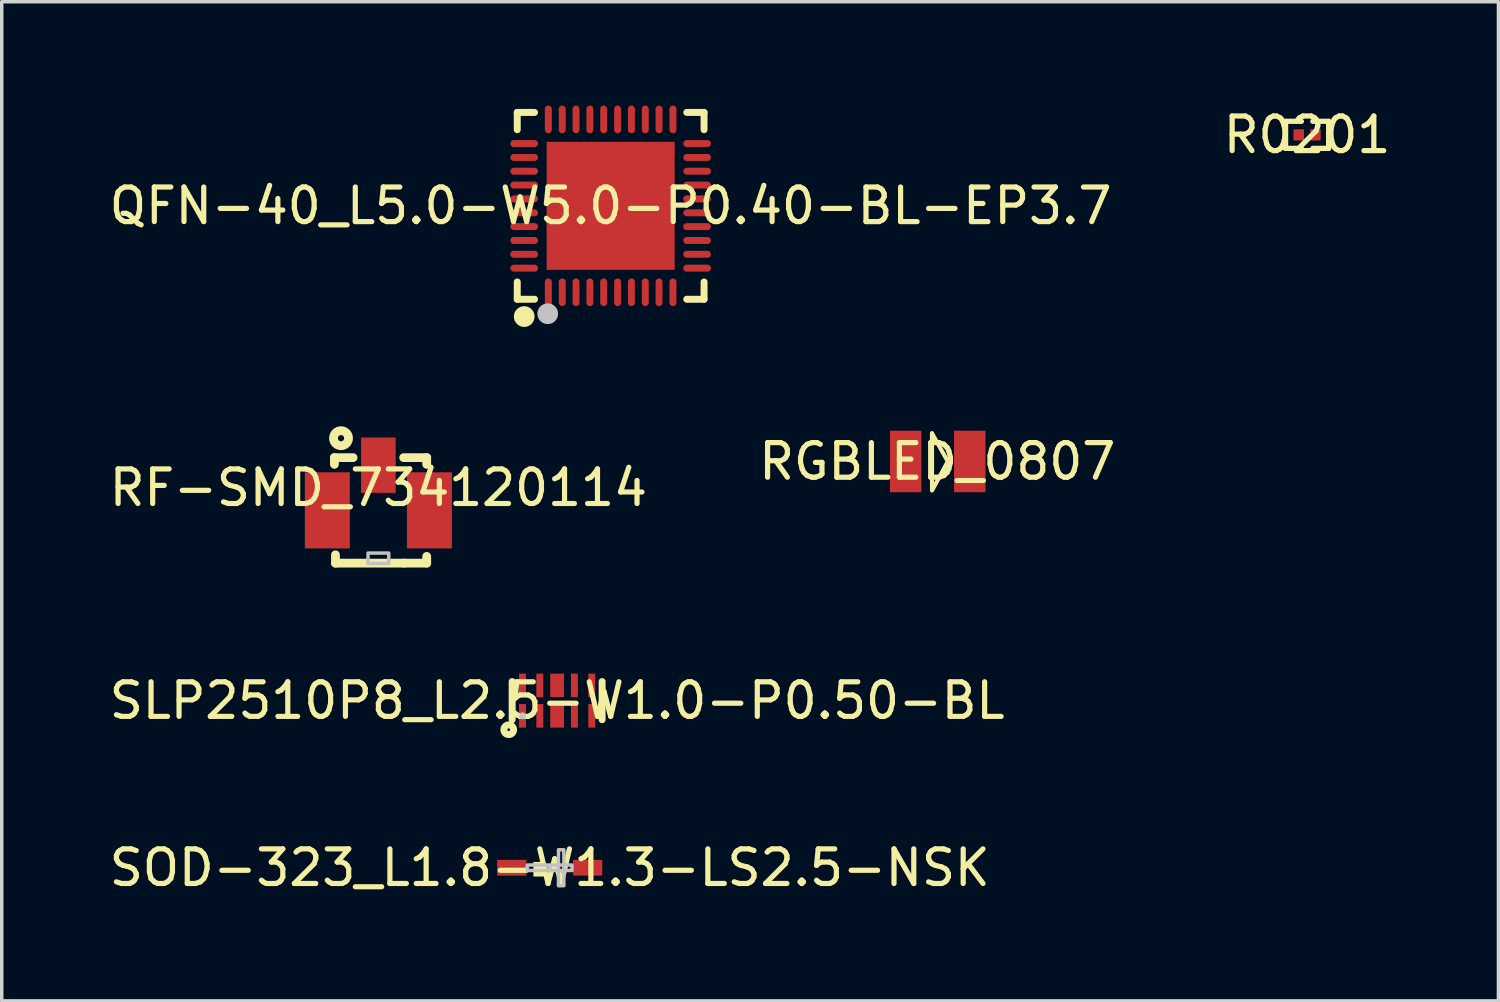
<source format=kicad_pcb>
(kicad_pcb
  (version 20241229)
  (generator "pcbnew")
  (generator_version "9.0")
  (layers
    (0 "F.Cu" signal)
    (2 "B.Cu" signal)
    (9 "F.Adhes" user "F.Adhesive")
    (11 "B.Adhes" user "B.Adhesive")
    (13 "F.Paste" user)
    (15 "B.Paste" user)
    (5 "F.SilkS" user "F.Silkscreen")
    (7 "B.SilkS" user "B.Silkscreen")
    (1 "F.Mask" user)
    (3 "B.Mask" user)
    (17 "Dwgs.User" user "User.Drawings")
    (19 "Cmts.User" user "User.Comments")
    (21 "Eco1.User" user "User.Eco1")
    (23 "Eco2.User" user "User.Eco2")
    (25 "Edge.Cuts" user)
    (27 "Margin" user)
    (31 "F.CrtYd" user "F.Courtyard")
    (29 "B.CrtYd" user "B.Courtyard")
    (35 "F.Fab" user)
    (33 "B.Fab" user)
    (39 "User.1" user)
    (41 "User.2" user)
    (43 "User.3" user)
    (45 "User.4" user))
  (footprint "SLP2510P8_L2.5-W1.0-P0.50-BL"
    (layer "F.Cu")
    (at 13.054 17.202)
    (property "Reference" "SLP2510P8_L2.5-W1.0-P0.50-BL" (at 0 0 0) (layer "F.SilkS") (effects (font (size 1 1) (thickness 0.15))))
    (fp_line (start -1.3 -0.551) (end -1.3 0.551) (stroke (width 0.201) (type default)) (layer "F.SilkS"))
    (fp_line (start 1.3 -0.551) (end 1.3 0.551) (stroke (width 0.201) (type default)) (layer "F.SilkS"))
    (fp_circle (center -1.399 0.841) (end -1.359 0.841) (stroke (width 0.201) (type default)) (fill no) (layer "F.SilkS"))
    (fp_circle (center -1.001 0.44) (end -0.95 0.44) (stroke (width 0.099) (type default)) (fill no) (layer "Dwgs.User"))
    (fp_poly (pts (xy -1.1 0.119) (xy -0.899 0.119) (xy -0.899 0.5) (xy -1.1 0.5)) (stroke (width 0.1) (type default)) (fill no) (layer "User.1"))
    (fp_poly (pts (xy -0.899 -0.119) (xy -1.1 -0.119) (xy -1.1 -0.5) (xy -0.899 -0.5)) (stroke (width 0.1) (type default)) (fill no) (layer "User.1"))
    (fp_poly (pts (xy -0.6 0.119) (xy -0.402 0.119) (xy -0.402 0.5) (xy -0.6 0.5)) (stroke (width 0.1) (type default)) (fill no) (layer "User.1"))
    (fp_poly (pts (xy -0.402 -0.119) (xy -0.6 -0.119) (xy -0.6 -0.5) (xy -0.402 -0.5)) (stroke (width 0.1) (type default)) (fill no) (layer "User.1"))
    (fp_poly (pts (xy -0.191 0.119) (xy 0.191 0.119) (xy 0.191 0.52) (xy -0.191 0.52)) (stroke (width 0.1) (type default)) (fill no) (layer "User.1"))
    (fp_poly (pts (xy 0.191 -0.119) (xy -0.191 -0.119) (xy -0.191 -0.52) (xy 0.191 -0.52)) (stroke (width 0.1) (type default)) (fill no) (layer "User.1"))
    (fp_poly (pts (xy 0.402 0.119) (xy 0.6 0.119) (xy 0.6 0.5) (xy 0.402 0.5)) (stroke (width 0.1) (type default)) (fill no) (layer "User.1"))
    (fp_poly (pts (xy 0.6 -0.119) (xy 0.402 -0.119) (xy 0.402 -0.5) (xy 0.6 -0.5)) (stroke (width 0.1) (type default)) (fill no) (layer "User.1"))
    (fp_poly (pts (xy 0.899 0.119) (xy 1.1 0.119) (xy 1.1 0.5) (xy 0.899 0.5)) (stroke (width 0.1) (type default)) (fill no) (layer "User.1"))
    (fp_poly (pts (xy 1.1 -0.119) (xy 0.899 -0.119) (xy 0.899 -0.5) (xy 1.1 -0.5)) (stroke (width 0.1) (type default)) (fill no) (layer "User.1"))
    (fp_line (start -1.25 -0.5) (end 1.25 -0.5) (stroke (width 0.051) (type default)) (layer "User.2"))
    (fp_line (start -1.25 0.5) (end -1.25 -0.5) (stroke (width 0.051) (type default)) (layer "User.2"))
    (fp_line (start 1.25 -0.5) (end 1.25 0.5) (stroke (width 0.051) (type default)) (layer "User.2"))
    (fp_line (start 1.25 0.5) (end -1.25 0.5) (stroke (width 0.051) (type default)) (layer "User.2"))
    (fp_poly (pts (xy -1.188 0.5) (xy -1.206 0.457) (xy -1.25 0.44) (xy -1.293 0.457) (xy -1.31 0.5) (xy -1.293 0.544) (xy -1.25 0.561) (xy -1.206 0.544)) (stroke (width 0.1) (type default)) (fill no) (layer "User.3"))
    (pad "1" smd rect (at -1.001 0.44) (size 0.201 0.68) (layers "F.Cu" "F.Mask" "F.Paste"))
    (pad "2" smd rect (at -0.5 0.44) (size 0.201 0.68) (layers "F.Cu" "F.Mask" "F.Paste"))
    (pad "3" smd rect (at 0 0.44) (size 0.399 0.68) (layers "F.Cu" "F.Mask" "F.Paste"))
    (pad "4" smd rect (at 0.5 0.44) (size 0.201 0.68) (layers "F.Cu" "F.Mask" "F.Paste"))
    (pad "5" smd rect (at 1.001 0.44) (size 0.201 0.68) (layers "F.Cu" "F.Mask" "F.Paste"))
    (pad "6" smd rect (at 1.001 -0.44) (size 0.201 0.68) (layers "F.Cu" "F.Mask" "F.Paste"))
    (pad "7" smd rect (at 0.5 -0.44) (size 0.201 0.68) (layers "F.Cu" "F.Mask" "F.Paste"))
    (pad "8" smd rect (at 0 -0.44) (size 0.399 0.68) (layers "F.Cu" "F.Mask" "F.Paste"))
    (pad "9" smd rect (at -0.5 -0.44) (size 0.201 0.68) (layers "F.Cu" "F.Mask" "F.Paste"))
    (pad "10" smd rect (at -1.001 -0.44) (size 0.201 0.68) (layers "F.Cu" "F.Mask" "F.Paste")))
  (footprint "QFN-40_L5.0-W5.0-P0.40-BL-EP3.7"
    (layer "F.Cu")
    (at 14.601 2.9)
    (property "Reference" "QFN-40_L5.0-W5.0-P0.40-BL-EP3.7" (at 0 0 0) (layer "F.SilkS") (effects (font (size 1 1) (thickness 0.15))))
    (fp_line (start -2.7 -2.7) (end -2.7 -2.2) (stroke (width 0.201) (type default)) (layer "F.SilkS"))
    (fp_line (start -2.7 2.7) (end -2.7 2.2) (stroke (width 0.201) (type default)) (layer "F.SilkS"))
    (fp_line (start -2.2 -2.7) (end -2.7 -2.7) (stroke (width 0.201) (type default)) (layer "F.SilkS"))
    (fp_line (start -2.2 2.7) (end -2.7 2.7) (stroke (width 0.201) (type default)) (layer "F.SilkS"))
    (fp_line (start 2.7 -2.7) (end 2.2 -2.7) (stroke (width 0.201) (type default)) (layer "F.SilkS"))
    (fp_line (start 2.7 -2.2) (end 2.7 -2.7) (stroke (width 0.201) (type default)) (layer "F.SilkS"))
    (fp_line (start 2.7 2.2) (end 2.7 2.7) (stroke (width 0.201) (type default)) (layer "F.SilkS"))
    (fp_line (start 2.7 2.7) (end 2.2 2.7) (stroke (width 0.201) (type default)) (layer "F.SilkS"))
    (fp_arc (start -2.497 3.0505) (mid -2.49775 3.350503) (end -2.4995 3.0505) (stroke (width 0.2995) (type default)) (layer "F.SilkS"))
    (fp_circle (center -1.819 3.119) (end -1.669 3.119) (stroke (width 0.299) (type default)) (fill no) (layer "Dwgs.User"))
    (fp_poly (pts (xy -2.499 -1.7) (xy -2.499 -1.9) (xy -2.1 -1.9) (xy -2.1 -1.7)) (stroke (width 0.1) (type default)) (fill no) (layer "User.1"))
    (fp_poly (pts (xy -2.499 -1.3) (xy -2.499 -1.501) (xy -2.1 -1.501) (xy -2.1 -1.3)) (stroke (width 0.1) (type default)) (fill no) (layer "User.1"))
    (fp_poly (pts (xy -2.499 -0.899) (xy -2.499 -1.1) (xy -2.1 -1.1) (xy -2.1 -0.899)) (stroke (width 0.1) (type default)) (fill no) (layer "User.1"))
    (fp_poly (pts (xy -2.499 -0.5) (xy -2.499 -0.701) (xy -2.1 -0.701) (xy -2.1 -0.5)) (stroke (width 0.1) (type default)) (fill no) (layer "User.1"))
    (fp_poly (pts (xy -2.499 -0.099) (xy -2.499 -0.299) (xy -2.1 -0.299) (xy -2.1 -0.099)) (stroke (width 0.1) (type default)) (fill no) (layer "User.1"))
    (fp_poly (pts (xy -2.499 0.299) (xy -2.499 0.099) (xy -2.1 0.099) (xy -2.1 0.299)) (stroke (width 0.1) (type default)) (fill no) (layer "User.1"))
    (fp_poly (pts (xy -2.499 0.701) (xy -2.499 0.5) (xy -2.1 0.5) (xy -2.1 0.701)) (stroke (width 0.1) (type default)) (fill no) (layer "User.1"))
    (fp_poly (pts (xy -2.499 1.1) (xy -2.499 0.899) (xy -2.1 0.899) (xy -2.1 1.1)) (stroke (width 0.1) (type default)) (fill no) (layer "User.1"))
    (fp_poly (pts (xy -2.499 1.501) (xy -2.499 1.3) (xy -2.1 1.3) (xy -2.1 1.501)) (stroke (width 0.1) (type default)) (fill no) (layer "User.1"))
    (fp_poly (pts (xy -2.499 1.9) (xy -2.499 1.7) (xy -2.1 1.7) (xy -2.1 1.9)) (stroke (width 0.1) (type default)) (fill no) (layer "User.1"))
    (fp_poly (pts (xy -1.9 -2.1) (xy -1.9 -2.499) (xy -1.7 -2.499) (xy -1.7 -2.1)) (stroke (width 0.1) (type default)) (fill no) (layer "User.1"))
    (fp_poly (pts (xy -1.9 2.499) (xy -1.9 2.1) (xy -1.7 2.1) (xy -1.7 2.499)) (stroke (width 0.1) (type default)) (fill no) (layer "User.1"))
    (fp_poly (pts (xy -1.849 -1.849) (xy 1.849 -1.849) (xy 1.849 1.849) (xy -1.849 1.849)) (stroke (width 0.1) (type default)) (fill no) (layer "User.1"))
    (fp_poly (pts (xy -1.501 -2.1) (xy -1.501 -2.499) (xy -1.3 -2.499) (xy -1.3 -2.1)) (stroke (width 0.1) (type default)) (fill no) (layer "User.1"))
    (fp_poly (pts (xy -1.501 2.499) (xy -1.501 2.1) (xy -1.3 2.1) (xy -1.3 2.499)) (stroke (width 0.1) (type default)) (fill no) (layer "User.1"))
    (fp_poly (pts (xy -1.1 -2.1) (xy -1.1 -2.499) (xy -0.899 -2.499) (xy -0.899 -2.1)) (stroke (width 0.1) (type default)) (fill no) (layer "User.1"))
    (fp_poly (pts (xy -1.1 2.499) (xy -1.1 2.1) (xy -0.899 2.1) (xy -0.899 2.499)) (stroke (width 0.1) (type default)) (fill no) (layer "User.1"))
    (fp_poly (pts (xy -0.701 -2.1) (xy -0.701 -2.499) (xy -0.5 -2.499) (xy -0.5 -2.1)) (stroke (width 0.1) (type default)) (fill no) (layer "User.1"))
    (fp_poly (pts (xy -0.701 2.499) (xy -0.701 2.1) (xy -0.5 2.1) (xy -0.5 2.499)) (stroke (width 0.1) (type default)) (fill no) (layer "User.1"))
    (fp_poly (pts (xy -0.299 -2.1) (xy -0.299 -2.499) (xy -0.099 -2.499) (xy -0.099 -2.1)) (stroke (width 0.1) (type default)) (fill no) (layer "User.1"))
    (fp_poly (pts (xy -0.299 2.499) (xy -0.299 2.1) (xy -0.099 2.1) (xy -0.099 2.499)) (stroke (width 0.1) (type default)) (fill no) (layer "User.1"))
    (fp_poly (pts (xy 0.099 -2.1) (xy 0.099 -2.499) (xy 0.299 -2.499) (xy 0.299 -2.1)) (stroke (width 0.1) (type default)) (fill no) (layer "User.1"))
    (fp_poly (pts (xy 0.099 2.499) (xy 0.099 2.1) (xy 0.299 2.1) (xy 0.299 2.499)) (stroke (width 0.1) (type default)) (fill no) (layer "User.1"))
    (fp_poly (pts (xy 0.5 -2.1) (xy 0.5 -2.499) (xy 0.701 -2.499) (xy 0.701 -2.1)) (stroke (width 0.1) (type default)) (fill no) (layer "User.1"))
    (fp_poly (pts (xy 0.5 2.499) (xy 0.5 2.1) (xy 0.701 2.1) (xy 0.701 2.499)) (stroke (width 0.1) (type default)) (fill no) (layer "User.1"))
    (fp_poly (pts (xy 0.899 -2.1) (xy 0.899 -2.499) (xy 1.1 -2.499) (xy 1.1 -2.1)) (stroke (width 0.1) (type default)) (fill no) (layer "User.1"))
    (fp_poly (pts (xy 0.899 2.499) (xy 0.899 2.1) (xy 1.1 2.1) (xy 1.1 2.499)) (stroke (width 0.1) (type default)) (fill no) (layer "User.1"))
    (fp_poly (pts (xy 1.3 -2.1) (xy 1.3 -2.499) (xy 1.501 -2.499) (xy 1.501 -2.1)) (stroke (width 0.1) (type default)) (fill no) (layer "User.1"))
    (fp_poly (pts (xy 1.3 2.499) (xy 1.3 2.1) (xy 1.501 2.1) (xy 1.501 2.499)) (stroke (width 0.1) (type default)) (fill no) (layer "User.1"))
    (fp_poly (pts (xy 1.7 -2.1) (xy 1.7 -2.499) (xy 1.9 -2.499) (xy 1.9 -2.1)) (stroke (width 0.1) (type default)) (fill no) (layer "User.1"))
    (fp_poly (pts (xy 1.7 2.499) (xy 1.7 2.1) (xy 1.9 2.1) (xy 1.9 2.499)) (stroke (width 0.1) (type default)) (fill no) (layer "User.1"))
    (fp_poly (pts (xy 2.1 -1.7) (xy 2.1 -1.9) (xy 2.499 -1.9) (xy 2.499 -1.7)) (stroke (width 0.1) (type default)) (fill no) (layer "User.1"))
    (fp_poly (pts (xy 2.1 -1.3) (xy 2.1 -1.501) (xy 2.499 -1.501) (xy 2.499 -1.3)) (stroke (width 0.1) (type default)) (fill no) (layer "User.1"))
    (fp_poly (pts (xy 2.1 -0.899) (xy 2.1 -1.1) (xy 2.499 -1.1) (xy 2.499 -0.899)) (stroke (width 0.1) (type default)) (fill no) (layer "User.1"))
    (fp_poly (pts (xy 2.1 -0.5) (xy 2.1 -0.701) (xy 2.499 -0.701) (xy 2.499 -0.5)) (stroke (width 0.1) (type default)) (fill no) (layer "User.1"))
    (fp_poly (pts (xy 2.1 -0.099) (xy 2.1 -0.299) (xy 2.499 -0.299) (xy 2.499 -0.099)) (stroke (width 0.1) (type default)) (fill no) (layer "User.1"))
    (fp_poly (pts (xy 2.1 0.299) (xy 2.1 0.099) (xy 2.499 0.099) (xy 2.499 0.299)) (stroke (width 0.1) (type default)) (fill no) (layer "User.1"))
    (fp_poly (pts (xy 2.1 0.701) (xy 2.1 0.5) (xy 2.499 0.5) (xy 2.499 0.701)) (stroke (width 0.1) (type default)) (fill no) (layer "User.1"))
    (fp_poly (pts (xy 2.1 1.1) (xy 2.1 0.899) (xy 2.499 0.899) (xy 2.499 1.1)) (stroke (width 0.1) (type default)) (fill no) (layer "User.1"))
    (fp_poly (pts (xy 2.1 1.501) (xy 2.1 1.3) (xy 2.499 1.3) (xy 2.499 1.501)) (stroke (width 0.1) (type default)) (fill no) (layer "User.1"))
    (fp_poly (pts (xy 2.1 1.9) (xy 2.1 1.7) (xy 2.499 1.7) (xy 2.499 1.9)) (stroke (width 0.1) (type default)) (fill no) (layer "User.1"))
    (fp_line (start -2.499 -2.499) (end 2.499 -2.499) (stroke (width 0.051) (type default)) (layer "User.2"))
    (fp_line (start -2.499 2.499) (end -2.499 -2.499) (stroke (width 0.051) (type default)) (layer "User.2"))
    (fp_line (start 2.499 -2.499) (end 2.499 2.499) (stroke (width 0.051) (type default)) (layer "User.2"))
    (fp_line (start 2.499 2.499) (end -2.499 2.499) (stroke (width 0.051) (type default)) (layer "User.2"))
    (fp_poly (pts (xy -2.38 2.499) (xy -2.396 2.44) (xy -2.44 2.396) (xy -2.499 2.38) (xy -2.559 2.396) (xy -2.603 2.44) (xy -2.619 2.499) (xy -2.603 2.559) (xy -2.559 2.603) (xy -2.499 2.619) (xy -2.44 2.603) (xy -2.396 2.559)) (stroke (width 0.1) (type default)) (fill no) (layer "User.3"))
    (pad "1" smd oval (at -1.801 2.499) (size 0.201 0.8) (layers "F.Cu" "F.Mask" "F.Paste"))
    (pad "2" smd oval (at -1.399 2.499) (size 0.201 0.8) (layers "F.Cu" "F.Mask" "F.Paste"))
    (pad "3" smd oval (at -1.001 2.499) (size 0.201 0.8) (layers "F.Cu" "F.Mask" "F.Paste"))
    (pad "4" smd oval (at -0.6 2.499) (size 0.201 0.8) (layers "F.Cu" "F.Mask" "F.Paste"))
    (pad "5" smd oval (at -0.201 2.499) (size 0.201 0.8) (layers "F.Cu" "F.Mask" "F.Paste"))
    (pad "6" smd oval (at 0.201 2.499) (size 0.201 0.8) (layers "F.Cu" "F.Mask" "F.Paste"))
    (pad "7" smd oval (at 0.6 2.499) (size 0.201 0.8) (layers "F.Cu" "F.Mask" "F.Paste"))
    (pad "8" smd oval (at 1.001 2.499) (size 0.201 0.8) (layers "F.Cu" "F.Mask" "F.Paste"))
    (pad "9" smd oval (at 1.399 2.499) (size 0.201 0.8) (layers "F.Cu" "F.Mask" "F.Paste"))
    (pad "10" smd oval (at 1.801 2.499) (size 0.201 0.8) (layers "F.Cu" "F.Mask" "F.Paste"))
    (pad "11" smd oval (at 2.499 1.801) (size 0.8 0.201) (layers "F.Cu" "F.Mask" "F.Paste"))
    (pad "12" smd oval (at 2.499 1.399) (size 0.8 0.201) (layers "F.Cu" "F.Mask" "F.Paste"))
    (pad "13" smd oval (at 2.499 1.001) (size 0.8 0.201) (layers "F.Cu" "F.Mask" "F.Paste"))
    (pad "14" smd oval (at 2.499 0.6) (size 0.8 0.201) (layers "F.Cu" "F.Mask" "F.Paste"))
    (pad "15" smd oval (at 2.499 0.201) (size 0.8 0.201) (layers "F.Cu" "F.Mask" "F.Paste"))
    (pad "16" smd oval (at 2.499 -0.201) (size 0.8 0.201) (layers "F.Cu" "F.Mask" "F.Paste"))
    (pad "17" smd oval (at 2.499 -0.6) (size 0.8 0.201) (layers "F.Cu" "F.Mask" "F.Paste"))
    (pad "18" smd oval (at 2.499 -1.001) (size 0.8 0.201) (layers "F.Cu" "F.Mask" "F.Paste"))
    (pad "19" smd oval (at 2.499 -1.399) (size 0.8 0.201) (layers "F.Cu" "F.Mask" "F.Paste"))
    (pad "20" smd oval (at 2.499 -1.801) (size 0.8 0.201) (layers "F.Cu" "F.Mask" "F.Paste"))
    (pad "21" smd oval (at 1.801 -2.499) (size 0.201 0.8) (layers "F.Cu" "F.Mask" "F.Paste"))
    (pad "22" smd oval (at 1.399 -2.499) (size 0.201 0.8) (layers "F.Cu" "F.Mask" "F.Paste"))
    (pad "23" smd oval (at 1.001 -2.499) (size 0.201 0.8) (layers "F.Cu" "F.Mask" "F.Paste"))
    (pad "24" smd oval (at 0.6 -2.499) (size 0.201 0.8) (layers "F.Cu" "F.Mask" "F.Paste"))
    (pad "25" smd oval (at 0.201 -2.499) (size 0.201 0.8) (layers "F.Cu" "F.Mask" "F.Paste"))
    (pad "26" smd oval (at -0.201 -2.499) (size 0.201 0.8) (layers "F.Cu" "F.Mask" "F.Paste"))
    (pad "27" smd oval (at -0.6 -2.499) (size 0.201 0.8) (layers "F.Cu" "F.Mask" "F.Paste"))
    (pad "28" smd oval (at -1.001 -2.499) (size 0.201 0.8) (layers "F.Cu" "F.Mask" "F.Paste"))
    (pad "29" smd oval (at -1.399 -2.499) (size 0.201 0.8) (layers "F.Cu" "F.Mask" "F.Paste"))
    (pad "30" smd oval (at -1.801 -2.499) (size 0.201 0.8) (layers "F.Cu" "F.Mask" "F.Paste"))
    (pad "31" smd oval (at -2.499 -1.801) (size 0.8 0.201) (layers "F.Cu" "F.Mask" "F.Paste"))
    (pad "32" smd oval (at -2.499 -1.399) (size 0.8 0.201) (layers "F.Cu" "F.Mask" "F.Paste"))
    (pad "33" smd oval (at -2.499 -1.001) (size 0.8 0.201) (layers "F.Cu" "F.Mask" "F.Paste"))
    (pad "34" smd oval (at -2.499 -0.6) (size 0.8 0.201) (layers "F.Cu" "F.Mask" "F.Paste"))
    (pad "35" smd oval (at -2.499 -0.201) (size 0.8 0.201) (layers "F.Cu" "F.Mask" "F.Paste"))
    (pad "36" smd oval (at -2.499 0.201) (size 0.8 0.201) (layers "F.Cu" "F.Mask" "F.Paste"))
    (pad "37" smd oval (at -2.499 0.6) (size 0.8 0.201) (layers "F.Cu" "F.Mask" "F.Paste"))
    (pad "38" smd oval (at -2.499 1.001) (size 0.8 0.201) (layers "F.Cu" "F.Mask" "F.Paste"))
    (pad "39" smd oval (at -2.499 1.399) (size 0.8 0.201) (layers "F.Cu" "F.Mask" "F.Paste"))
    (pad "40" smd oval (at -2.499 1.801) (size 0.8 0.201) (layers "F.Cu" "F.Mask" "F.Paste"))
    (pad "41" smd rect (at 0 0) (size 3.701 3.701) (layers "F.Cu" "F.Mask" "F.Paste")))
  (footprint "RF-SMD_734120114"
    (layer "F.Cu")
    (at 7.887 11.049)
    (property "Reference" "RF-SMD_734120114" (at 0 0 0) (layer "F.SilkS") (effects (font (size 1 1) (thickness 0.15))))
    (fp_line (start -1.27 -0.871) (end -1.27 -0.677) (stroke (width 0.254) (type default)) (layer "F.SilkS"))
    (fp_line (start -1.27 -0.871) (end -0.731 -0.871) (stroke (width 0.254) (type default)) (layer "F.SilkS"))
    (fp_line (start -1.24 2.178) (end -1.24 1.938) (stroke (width 0.254) (type default)) (layer "F.SilkS"))
    (fp_line (start 0.731 -0.871) (end 1.397 -0.871) (stroke (width 0.254) (type default)) (layer "F.SilkS"))
    (fp_line (start 0.731 2.178) (end -1.24 2.178) (stroke (width 0.254) (type default)) (layer "F.SilkS"))
    (fp_line (start 1.397 -0.871) (end 1.397 -0.677) (stroke (width 0.254) (type default)) (layer "F.SilkS"))
    (fp_line (start 1.397 1.984) (end 1.397 2.178) (stroke (width 0.254) (type default)) (layer "F.SilkS"))
    (fp_line (start 1.397 2.178) (end 0.731 2.178) (stroke (width 0.254) (type default)) (layer "F.SilkS"))
    (fp_circle (center -1.08 -1.433) (end -0.99 -1.433) (stroke (width 0.254) (type default)) (fill no) (layer "F.SilkS"))
    (fp_poly (pts (xy -0.3 1.887) (xy 0.3 1.887) (xy 0.3 2.188) (xy -0.3 2.188)) (stroke (width 0.1) (type default)) (fill no) (layer "Dwgs.User"))
    (fp_poly (pts (xy -1.505 -0.246) (xy -0.845 -0.246) (xy -0.845 1.554) (xy -1.505 1.554)) (stroke (width 0.1) (type default)) (fill no) (layer "User.1"))
    (fp_poly (pts (xy -0.3 -0.886) (xy 0.3 -0.886) (xy 0.3 1) (xy -0.3 1)) (stroke (width 0.1) (type default)) (fill no) (layer "User.1"))
    (fp_poly (pts (xy 0.845 -0.246) (xy 1.505 -0.246) (xy 1.505 1.554) (xy 0.845 1.554)) (stroke (width 0.1) (type default)) (fill no) (layer "User.1"))
    (fp_line (start -1.3 -0.646) (end 1.3 -0.646) (stroke (width 0.051) (type default)) (layer "User.2"))
    (fp_line (start -1.3 1.954) (end -1.3 -0.646) (stroke (width 0.051) (type default)) (layer "User.2"))
    (fp_line (start 1.3 -0.646) (end 1.3 1.954) (stroke (width 0.051) (type default)) (layer "User.2"))
    (fp_line (start 1.3 1.954) (end -1.3 1.954) (stroke (width 0.051) (type default)) (layer "User.2"))
    (fp_poly (pts (xy 1.36 1.954) (xy 1.342 1.911) (xy 1.3 1.893) (xy 1.258 1.911) (xy 1.24 1.954) (xy 1.258 1.996) (xy 1.3 2.014) (xy 1.342 1.996)) (stroke (width 0.1) (type default)) (fill no) (layer "User.3"))
    (pad "1" smd rect (at 0 -0.653) (size 1 1.6) (layers "F.Cu" "F.Mask" "F.Paste"))
    (pad "2" smd rect (at -1.475 0.653) (size 1.3 2.2) (layers "F.Cu" "F.Mask" "F.Paste"))
    (pad "3" smd rect (at 1.475 0.653) (size 1.3 2.2) (layers "F.Cu" "F.Mask" "F.Paste")))
  (footprint "RGBLED_0807"
    (layer "F.Cu")
    (at 24.042 10.289)
    (property "Reference" "RGBLED_0807" (at 0 0 0) (layer "F.SilkS") (effects (font (size 1 1) (thickness 0.15))))
    (fp_line (start -0.152 0.813) (end -0.152 -0.813) (stroke (width 0.12) (type default)) (layer "F.SilkS"))
    (fp_line (start -0.152 0.838) (end 0.305 0) (stroke (width 0.12) (type default)) (layer "F.SilkS"))
    (fp_line (start 0.305 0) (end -0.152 -0.813) (stroke (width 0.12) (type default)) (layer "F.SilkS"))
    (pad "1" smd rect (at -0.914 0) (size 0.91 1.778) (layers "F.Cu" "F.Mask" "F.Paste"))
    (pad "2" smd rect (at 0.94 0) (size 0.91 1.778) (layers "F.Cu" "F.Mask" "F.Paste")))
  (footprint "R0201"
    (layer "F.Cu")
    (at 34.732 0.848)
    (property "Reference" "R0201" (at 0 0 0) (layer "F.SilkS") (effects (font (size 1 1) (thickness 0.15))))
    (fp_line (start -0.622 -0.391) (end -0.166 -0.391) (stroke (width 0.152) (type default)) (layer "F.SilkS"))
    (fp_line (start -0.622 0.391) (end -0.622 -0.391) (stroke (width 0.152) (type default)) (layer "F.SilkS"))
    (fp_line (start -0.166 0.391) (end -0.622 0.391) (stroke (width 0.152) (type default)) (layer "F.SilkS"))
    (fp_line (start 0.166 0.391) (end 0.622 0.391) (stroke (width 0.152) (type default)) (layer "F.SilkS"))
    (fp_line (start 0.622 -0.391) (end 0.166 -0.391) (stroke (width 0.152) (type default)) (layer "F.SilkS"))
    (fp_line (start 0.622 0.391) (end 0.622 -0.391) (stroke (width 0.152) (type default)) (layer "F.SilkS"))
    (fp_poly (pts (xy -0.081 0.138) (xy -0.081 -0.138) (xy -0.105 -0.162) (xy -0.369 -0.162) (xy -0.393 -0.138) (xy -0.393 0.138) (xy -0.369 0.162) (xy -0.105 0.162)) (stroke (width 0) (type default)) (fill yes) (layer "F.Paste"))
    (fp_poly (pts (xy 0.081 0.138) (xy 0.081 -0.138) (xy 0.105 -0.162) (xy 0.369 -0.162) (xy 0.393 -0.138) (xy 0.393 0.138) (xy 0.369 0.162) (xy 0.105 0.162)) (stroke (width 0) (type default)) (fill yes) (layer "F.Paste"))
    (fp_poly (pts (xy -0.3 0.15) (xy -0.3 -0.15) (xy -0.15 -0.15) (xy -0.15 0.15)) (stroke (width 0.1) (type default)) (fill no) (layer "User.1"))
    (fp_poly (pts (xy 0.3 0.15) (xy 0.3 -0.15) (xy 0.15 -0.15) (xy 0.15 0.15)) (stroke (width 0.1) (type default)) (fill no) (layer "User.1"))
    (fp_line (start -0.3 -0.15) (end 0.3 -0.15) (stroke (width 0.051) (type default)) (layer "User.2"))
    (fp_line (start -0.3 0.15) (end -0.3 -0.15) (stroke (width 0.051) (type default)) (layer "User.2"))
    (fp_line (start 0.3 -0.15) (end 0.3 0.15) (stroke (width 0.051) (type default)) (layer "User.2"))
    (fp_line (start 0.3 0.15) (end -0.3 0.15) (stroke (width 0.051) (type default)) (layer "User.2"))
    (fp_poly (pts (xy -0.24 0.15) (xy -0.258 0.108) (xy -0.3 0.09) (xy -0.342 0.108) (xy -0.36 0.15) (xy -0.342 0.192) (xy -0.3 0.21) (xy -0.258 0.192)) (stroke (width 0.1) (type default)) (fill no) (layer "User.3"))
    (pad "1" smd rect (at -0.241 0) (size 0.303 0.324) (layers "F.Cu" "F.Mask" "F.Paste"))
    (pad "2" smd rect (at 0.241 0) (size 0.303 0.324) (layers "F.Cu" "F.Mask" "F.Paste")))
  (footprint "SOD-323_L1.8-W1.3-LS2.5-NSK"
    (layer "F.Cu")
    (at 12.839 22.032)
    (property "Reference" "SOD-323_L1.8-W1.3-LS2.5-NSK" (at 0 0 0) (layer "F.SilkS") (effects (font (size 1 1) (thickness 0.15))))
    (fp_poly (pts (xy -0.165 -0.168) (xy -0.165 0.254) (xy -0.47 0.254) (xy -0.47 -0.168)) (stroke (width 0) (type default)) (fill yes) (layer "F.SilkS"))
    (fp_poly (pts (xy -0.645 -0.079) (xy -0.645 0.079) (xy -0.021 0.079) (xy -0.021 -0.079)) (stroke (width 0.1) (type default)) (fill no) (layer "Dwgs.User"))
    (fp_poly (pts (xy 0.409 -0.52) (xy 0.409 0.52) (xy 0.254 0.52) (xy 0.254 -0.52)) (stroke (width 0.1) (type default)) (fill no) (layer "Dwgs.User"))
    (fp_poly (pts (xy 0.645 -0.079) (xy 0.645 0.079) (xy 0.021 0.079) (xy 0.021 -0.079)) (stroke (width 0.1) (type default)) (fill no) (layer "Dwgs.User"))
    (fp_poly (pts (xy -0.95 -0.16) (xy -0.95 0.16) (xy -1.25 0.16) (xy -1.25 -0.16)) (stroke (width 0.1) (type default)) (fill no) (layer "User.1"))
    (fp_poly (pts (xy -0.841 -0.16) (xy -0.841 0.16) (xy -0.96 0.16) (xy -0.96 -0.16)) (stroke (width 0.1) (type default)) (fill no) (layer "User.1"))
    (fp_poly (pts (xy 0.96 -0.16) (xy 0.96 0.16) (xy 0.841 0.16) (xy 0.841 -0.16)) (stroke (width 0.1) (type default)) (fill no) (layer "User.1"))
    (fp_poly (pts (xy 1.25 -0.16) (xy 1.25 0.16) (xy 0.95 0.16) (xy 0.95 -0.16)) (stroke (width 0.1) (type default)) (fill no) (layer "User.1"))
    (fp_line (start -0.851 -0.65) (end 0.851 -0.65) (stroke (width 0.051) (type default)) (layer "User.2"))
    (fp_line (start -0.851 0.65) (end -0.851 -0.65) (stroke (width 0.051) (type default)) (layer "User.2"))
    (fp_line (start 0.851 -0.65) (end 0.851 0.65) (stroke (width 0.051) (type default)) (layer "User.2"))
    (fp_line (start 0.851 0.65) (end -0.851 0.65) (stroke (width 0.051) (type default)) (layer "User.2"))
    (fp_poly (pts (xy -1.158 0.65) (xy -1.176 0.607) (xy -1.219 0.589) (xy -1.262 0.607) (xy -1.28 0.65) (xy -1.262 0.693) (xy -1.219 0.711) (xy -1.176 0.693)) (stroke (width 0.1) (type default)) (fill no) (layer "User.3"))
    (pad "1" smd rect (at -1.097 0 180) (size 0.846 0.455) (layers "F.Cu" "F.Mask" "F.Paste"))
    (pad "2" smd rect (at 1.097 0 180) (size 0.846 0.455) (layers "F.Cu" "F.Mask" "F.Paste")))
  (gr_rect
    (start -3 -3)
    (end 40.262 25.88)
    (stroke (width 0.1) (type default))
    (fill no)
    (layer "Edge.Cuts")))
</source>
